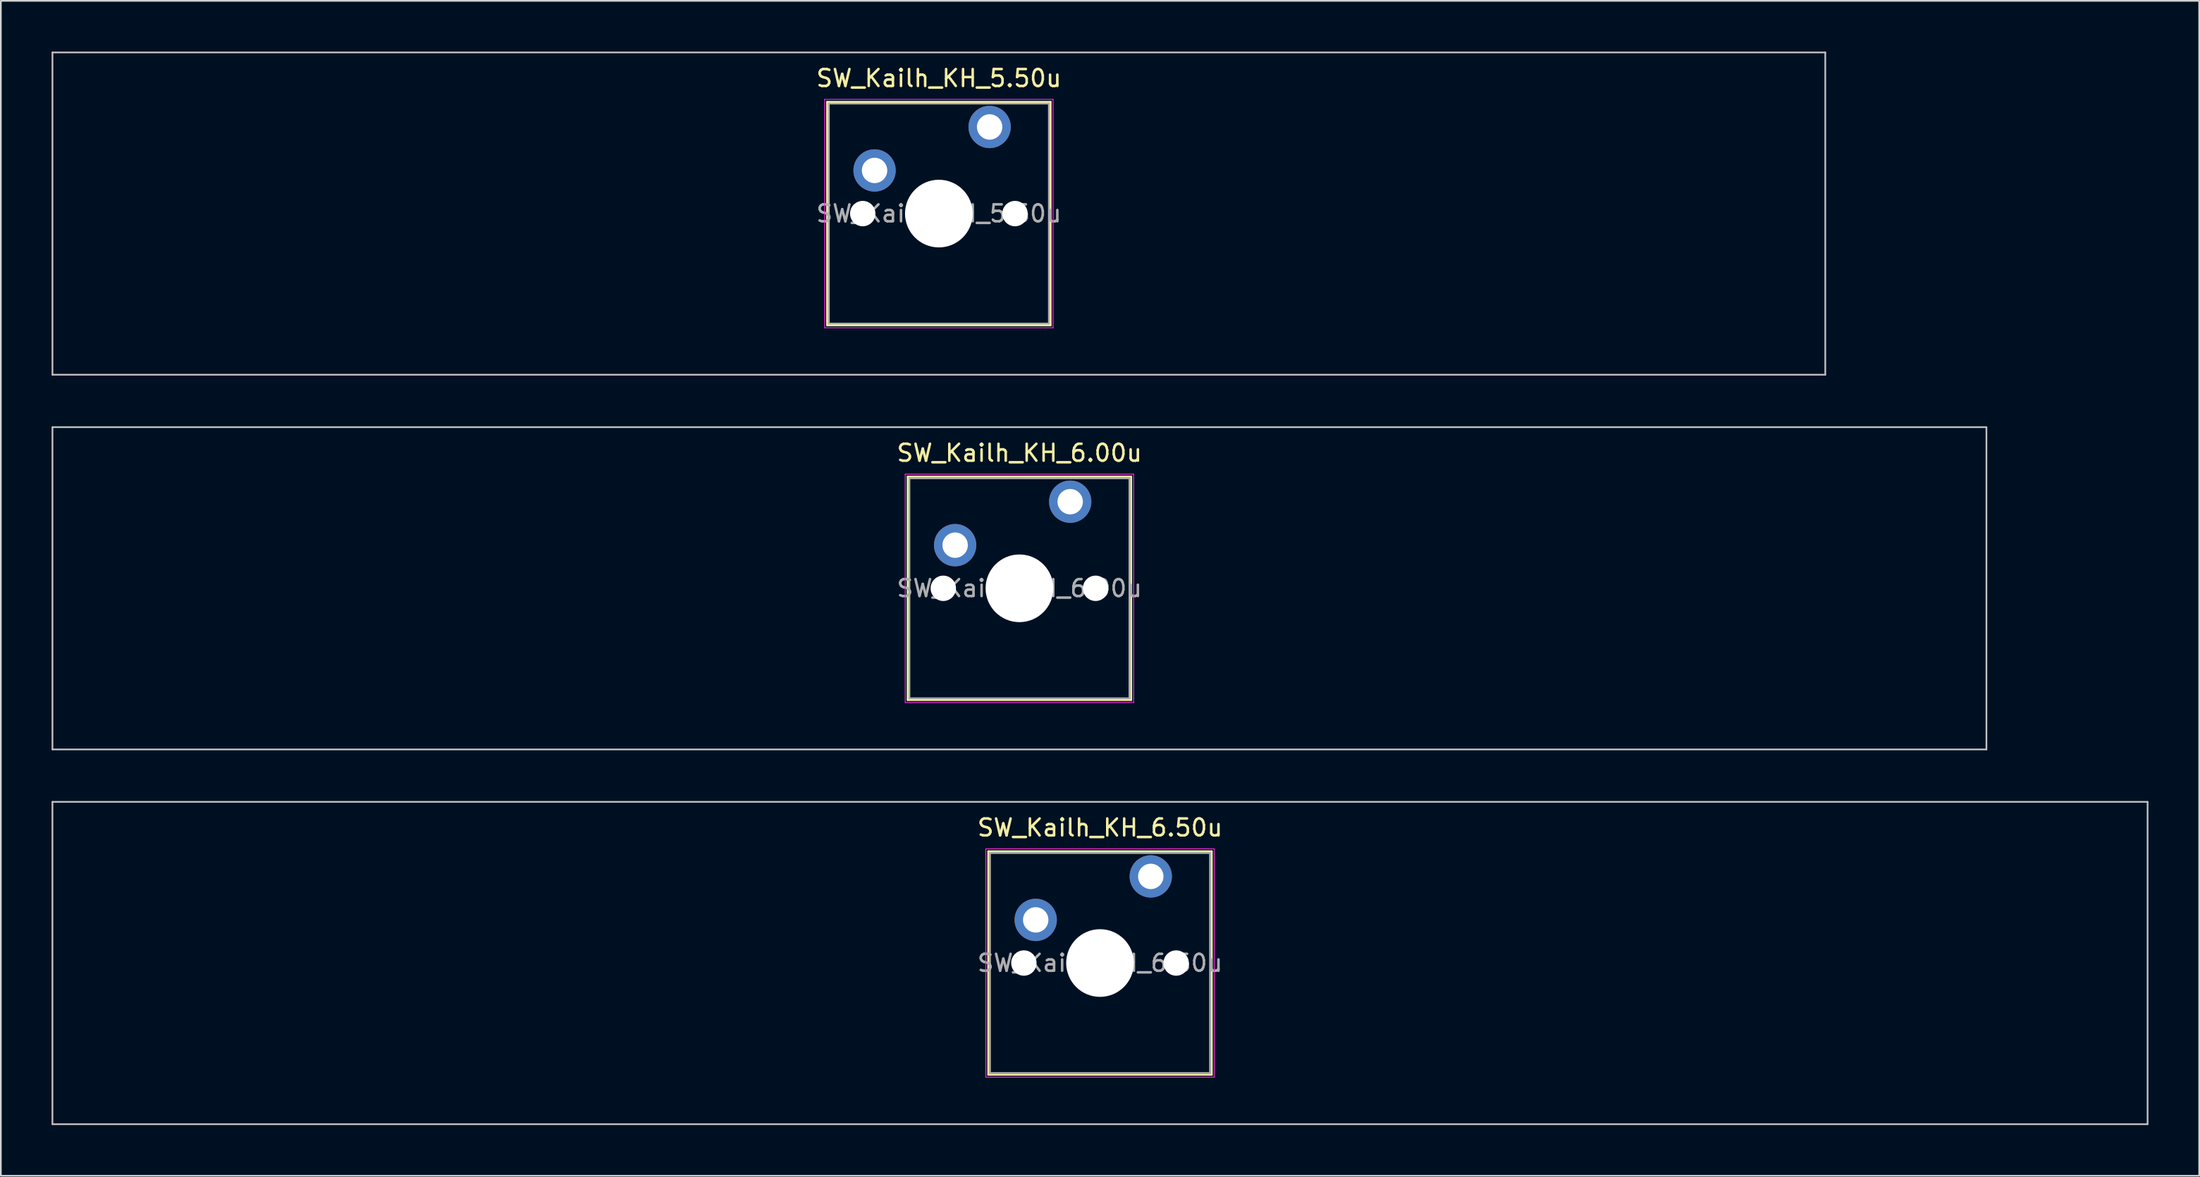
<source format=kicad_pcb>
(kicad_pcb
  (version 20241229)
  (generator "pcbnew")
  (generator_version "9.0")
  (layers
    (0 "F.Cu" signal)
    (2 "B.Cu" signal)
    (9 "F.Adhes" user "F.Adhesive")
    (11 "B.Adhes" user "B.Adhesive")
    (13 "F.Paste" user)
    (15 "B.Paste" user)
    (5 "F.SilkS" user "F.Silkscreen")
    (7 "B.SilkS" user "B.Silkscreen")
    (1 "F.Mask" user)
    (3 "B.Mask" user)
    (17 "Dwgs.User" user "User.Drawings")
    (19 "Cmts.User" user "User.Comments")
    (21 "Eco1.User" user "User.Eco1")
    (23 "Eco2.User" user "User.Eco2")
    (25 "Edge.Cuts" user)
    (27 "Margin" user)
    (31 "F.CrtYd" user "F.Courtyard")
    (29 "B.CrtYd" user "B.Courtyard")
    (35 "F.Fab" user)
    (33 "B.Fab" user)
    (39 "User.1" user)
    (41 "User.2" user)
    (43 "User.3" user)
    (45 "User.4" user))
  (footprint "SW_Kailh_KH_5.50u"
    (layer "F.Cu")
    (at 52.438 9.575)
    (property "Reference" "SW_Kailh_KH_5.50u" (at 0 -8 0) (layer "F.SilkS") (effects (font (size 1 1) (thickness 0.15))))
    (attr through_hole)
    (fp_line (start -6.6 -6.6) (end -6.6 6.6) (stroke (width 0.12) (type solid)) (layer "F.SilkS"))
    (fp_line (start -6.6 6.6) (end 6.6 6.6) (stroke (width 0.12) (type solid)) (layer "F.SilkS"))
    (fp_line (start 6.6 -6.6) (end -6.6 -6.6) (stroke (width 0.12) (type solid)) (layer "F.SilkS"))
    (fp_line (start 6.6 6.6) (end 6.6 -6.6) (stroke (width 0.12) (type solid)) (layer "F.SilkS"))
    (fp_line (start -52.388 -9.525) (end -52.388 9.525) (stroke (width 0.1) (type solid)) (layer "Dwgs.User"))
    (fp_line (start -52.388 9.525) (end 52.388 9.525) (stroke (width 0.1) (type solid)) (layer "Dwgs.User"))
    (fp_line (start 52.388 -9.525) (end -52.388 -9.525) (stroke (width 0.1) (type solid)) (layer "Dwgs.User"))
    (fp_line (start 52.388 9.525) (end 52.388 -9.525) (stroke (width 0.1) (type solid)) (layer "Dwgs.User"))
    (fp_line (start -6.1 -6.1) (end -6.1 6.1) (stroke (width 0.1) (type solid)) (layer "Eco1.User"))
    (fp_line (start -6.1 6.1) (end 6.1 6.1) (stroke (width 0.1) (type solid)) (layer "Eco1.User"))
    (fp_line (start 6.1 -6.1) (end -6.1 -6.1) (stroke (width 0.1) (type solid)) (layer "Eco1.User"))
    (fp_line (start 6.1 6.1) (end 6.1 -6.1) (stroke (width 0.1) (type solid)) (layer "Eco1.User"))
    (fp_line (start -6.75 -6.75) (end -6.75 6.75) (stroke (width 0.05) (type solid)) (layer "F.CrtYd"))
    (fp_line (start -6.75 6.75) (end 6.75 6.75) (stroke (width 0.05) (type solid)) (layer "F.CrtYd"))
    (fp_line (start 6.75 -6.75) (end -6.75 -6.75) (stroke (width 0.05) (type solid)) (layer "F.CrtYd"))
    (fp_line (start 6.75 6.75) (end 6.75 -6.75) (stroke (width 0.05) (type solid)) (layer "F.CrtYd"))
    (fp_line (start -6.5 -6.5) (end -6.5 6.5) (stroke (width 0.1) (type solid)) (layer "F.Fab"))
    (fp_line (start -6.5 6.5) (end 6.5 6.5) (stroke (width 0.1) (type solid)) (layer "F.Fab"))
    (fp_line (start 6.5 -6.5) (end -6.5 -6.5) (stroke (width 0.1) (type solid)) (layer "F.Fab"))
    (fp_line (start 6.5 6.5) (end 6.5 -6.5) (stroke (width 0.1) (type solid)) (layer "F.Fab"))
    (fp_text user "${REFERENCE}" (at 0 0 0) (layer "F.Fab") (effects (font (size 1 1) (thickness 0.15))))
    (pad "" np_thru_hole circle (at -4.5 0) (size 1.5 1.5) (drill 1.5) (layers "*.Cu" "*.Mask"))
    (pad "" smd circle (at -3.8 -2.55) (size 1.55 1.55) (layers "F.Mask"))
    (pad "" np_thru_hole circle (at 0 0) (size 4 4) (drill 4) (layers "*.Cu" "*.Mask"))
    (pad "" smd circle (at 3 -5.12) (size 1.55 1.55) (layers "F.Mask"))
    (pad "" np_thru_hole circle (at 4.5 0) (size 1.5 1.5) (drill 1.5) (layers "*.Cu" "*.Mask"))
    (pad "1" thru_hole circle (at -3.8 -2.55) (size 2.5 2.5) (drill 1.5) (layers "*.Cu" "B.Mask"))
    (pad "2" thru_hole circle (at 3 -5.12) (size 2.5 2.5) (drill 1.5) (layers "*.Cu" "B.Mask")))
  (footprint "SW_Kailh_KH_6.50u"
    (layer "F.Cu")
    (at 61.962 53.875)
    (property "Reference" "SW_Kailh_KH_6.50u" (at 0 -8 0) (layer "F.SilkS") (effects (font (size 1 1) (thickness 0.15))))
    (attr through_hole)
    (fp_line (start -6.6 -6.6) (end -6.6 6.6) (stroke (width 0.12) (type solid)) (layer "F.SilkS"))
    (fp_line (start -6.6 6.6) (end 6.6 6.6) (stroke (width 0.12) (type solid)) (layer "F.SilkS"))
    (fp_line (start 6.6 -6.6) (end -6.6 -6.6) (stroke (width 0.12) (type solid)) (layer "F.SilkS"))
    (fp_line (start 6.6 6.6) (end 6.6 -6.6) (stroke (width 0.12) (type solid)) (layer "F.SilkS"))
    (fp_line (start -61.913 -9.525) (end -61.913 9.525) (stroke (width 0.1) (type solid)) (layer "Dwgs.User"))
    (fp_line (start -61.913 9.525) (end 61.913 9.525) (stroke (width 0.1) (type solid)) (layer "Dwgs.User"))
    (fp_line (start 61.913 -9.525) (end -61.913 -9.525) (stroke (width 0.1) (type solid)) (layer "Dwgs.User"))
    (fp_line (start 61.913 9.525) (end 61.913 -9.525) (stroke (width 0.1) (type solid)) (layer "Dwgs.User"))
    (fp_line (start -6.1 -6.1) (end -6.1 6.1) (stroke (width 0.1) (type solid)) (layer "Eco1.User"))
    (fp_line (start -6.1 6.1) (end 6.1 6.1) (stroke (width 0.1) (type solid)) (layer "Eco1.User"))
    (fp_line (start 6.1 -6.1) (end -6.1 -6.1) (stroke (width 0.1) (type solid)) (layer "Eco1.User"))
    (fp_line (start 6.1 6.1) (end 6.1 -6.1) (stroke (width 0.1) (type solid)) (layer "Eco1.User"))
    (fp_line (start -6.75 -6.75) (end -6.75 6.75) (stroke (width 0.05) (type solid)) (layer "F.CrtYd"))
    (fp_line (start -6.75 6.75) (end 6.75 6.75) (stroke (width 0.05) (type solid)) (layer "F.CrtYd"))
    (fp_line (start 6.75 -6.75) (end -6.75 -6.75) (stroke (width 0.05) (type solid)) (layer "F.CrtYd"))
    (fp_line (start 6.75 6.75) (end 6.75 -6.75) (stroke (width 0.05) (type solid)) (layer "F.CrtYd"))
    (fp_line (start -6.5 -6.5) (end -6.5 6.5) (stroke (width 0.1) (type solid)) (layer "F.Fab"))
    (fp_line (start -6.5 6.5) (end 6.5 6.5) (stroke (width 0.1) (type solid)) (layer "F.Fab"))
    (fp_line (start 6.5 -6.5) (end -6.5 -6.5) (stroke (width 0.1) (type solid)) (layer "F.Fab"))
    (fp_line (start 6.5 6.5) (end 6.5 -6.5) (stroke (width 0.1) (type solid)) (layer "F.Fab"))
    (fp_text user "${REFERENCE}" (at 0 0 0) (layer "F.Fab") (effects (font (size 1 1) (thickness 0.15))))
    (pad "" np_thru_hole circle (at -4.5 0) (size 1.5 1.5) (drill 1.5) (layers "*.Cu" "*.Mask"))
    (pad "" smd circle (at -3.8 -2.55) (size 1.55 1.55) (layers "F.Mask"))
    (pad "" np_thru_hole circle (at 0 0) (size 4 4) (drill 4) (layers "*.Cu" "*.Mask"))
    (pad "" smd circle (at 3 -5.12) (size 1.55 1.55) (layers "F.Mask"))
    (pad "" np_thru_hole circle (at 4.5 0) (size 1.5 1.5) (drill 1.5) (layers "*.Cu" "*.Mask"))
    (pad "1" thru_hole circle (at -3.8 -2.55) (size 2.5 2.5) (drill 1.5) (layers "*.Cu" "B.Mask"))
    (pad "2" thru_hole circle (at 3 -5.12) (size 2.5 2.5) (drill 1.5) (layers "*.Cu" "B.Mask")))
  (footprint "SW_Kailh_KH_6.00u"
    (layer "F.Cu")
    (at 57.2 31.725)
    (property "Reference" "SW_Kailh_KH_6.00u" (at 0 -8 0) (layer "F.SilkS") (effects (font (size 1 1) (thickness 0.15))))
    (attr through_hole)
    (fp_line (start -6.6 -6.6) (end -6.6 6.6) (stroke (width 0.12) (type solid)) (layer "F.SilkS"))
    (fp_line (start -6.6 6.6) (end 6.6 6.6) (stroke (width 0.12) (type solid)) (layer "F.SilkS"))
    (fp_line (start 6.6 -6.6) (end -6.6 -6.6) (stroke (width 0.12) (type solid)) (layer "F.SilkS"))
    (fp_line (start 6.6 6.6) (end 6.6 -6.6) (stroke (width 0.12) (type solid)) (layer "F.SilkS"))
    (fp_line (start -57.15 -9.525) (end -57.15 9.525) (stroke (width 0.1) (type solid)) (layer "Dwgs.User"))
    (fp_line (start -57.15 9.525) (end 57.15 9.525) (stroke (width 0.1) (type solid)) (layer "Dwgs.User"))
    (fp_line (start 57.15 -9.525) (end -57.15 -9.525) (stroke (width 0.1) (type solid)) (layer "Dwgs.User"))
    (fp_line (start 57.15 9.525) (end 57.15 -9.525) (stroke (width 0.1) (type solid)) (layer "Dwgs.User"))
    (fp_line (start -6.1 -6.1) (end -6.1 6.1) (stroke (width 0.1) (type solid)) (layer "Eco1.User"))
    (fp_line (start -6.1 6.1) (end 6.1 6.1) (stroke (width 0.1) (type solid)) (layer "Eco1.User"))
    (fp_line (start 6.1 -6.1) (end -6.1 -6.1) (stroke (width 0.1) (type solid)) (layer "Eco1.User"))
    (fp_line (start 6.1 6.1) (end 6.1 -6.1) (stroke (width 0.1) (type solid)) (layer "Eco1.User"))
    (fp_line (start -6.75 -6.75) (end -6.75 6.75) (stroke (width 0.05) (type solid)) (layer "F.CrtYd"))
    (fp_line (start -6.75 6.75) (end 6.75 6.75) (stroke (width 0.05) (type solid)) (layer "F.CrtYd"))
    (fp_line (start 6.75 -6.75) (end -6.75 -6.75) (stroke (width 0.05) (type solid)) (layer "F.CrtYd"))
    (fp_line (start 6.75 6.75) (end 6.75 -6.75) (stroke (width 0.05) (type solid)) (layer "F.CrtYd"))
    (fp_line (start -6.5 -6.5) (end -6.5 6.5) (stroke (width 0.1) (type solid)) (layer "F.Fab"))
    (fp_line (start -6.5 6.5) (end 6.5 6.5) (stroke (width 0.1) (type solid)) (layer "F.Fab"))
    (fp_line (start 6.5 -6.5) (end -6.5 -6.5) (stroke (width 0.1) (type solid)) (layer "F.Fab"))
    (fp_line (start 6.5 6.5) (end 6.5 -6.5) (stroke (width 0.1) (type solid)) (layer "F.Fab"))
    (fp_text user "${REFERENCE}" (at 0 0 0) (layer "F.Fab") (effects (font (size 1 1) (thickness 0.15))))
    (pad "" np_thru_hole circle (at -4.5 0) (size 1.5 1.5) (drill 1.5) (layers "*.Cu" "*.Mask"))
    (pad "" smd circle (at -3.8 -2.55) (size 1.55 1.55) (layers "F.Mask"))
    (pad "" np_thru_hole circle (at 0 0) (size 4 4) (drill 4) (layers "*.Cu" "*.Mask"))
    (pad "" smd circle (at 3 -5.12) (size 1.55 1.55) (layers "F.Mask"))
    (pad "" np_thru_hole circle (at 4.5 0) (size 1.5 1.5) (drill 1.5) (layers "*.Cu" "*.Mask"))
    (pad "1" thru_hole circle (at -3.8 -2.55) (size 2.5 2.5) (drill 1.5) (layers "*.Cu" "B.Mask"))
    (pad "2" thru_hole circle (at 3 -5.12) (size 2.5 2.5) (drill 1.5) (layers "*.Cu" "B.Mask")))
  (gr_rect
    (start -3 -3)
    (end 126.925 66.45)
    (stroke (width 0.1) (type default))
    (fill no)
    (layer "Edge.Cuts")))
</source>
